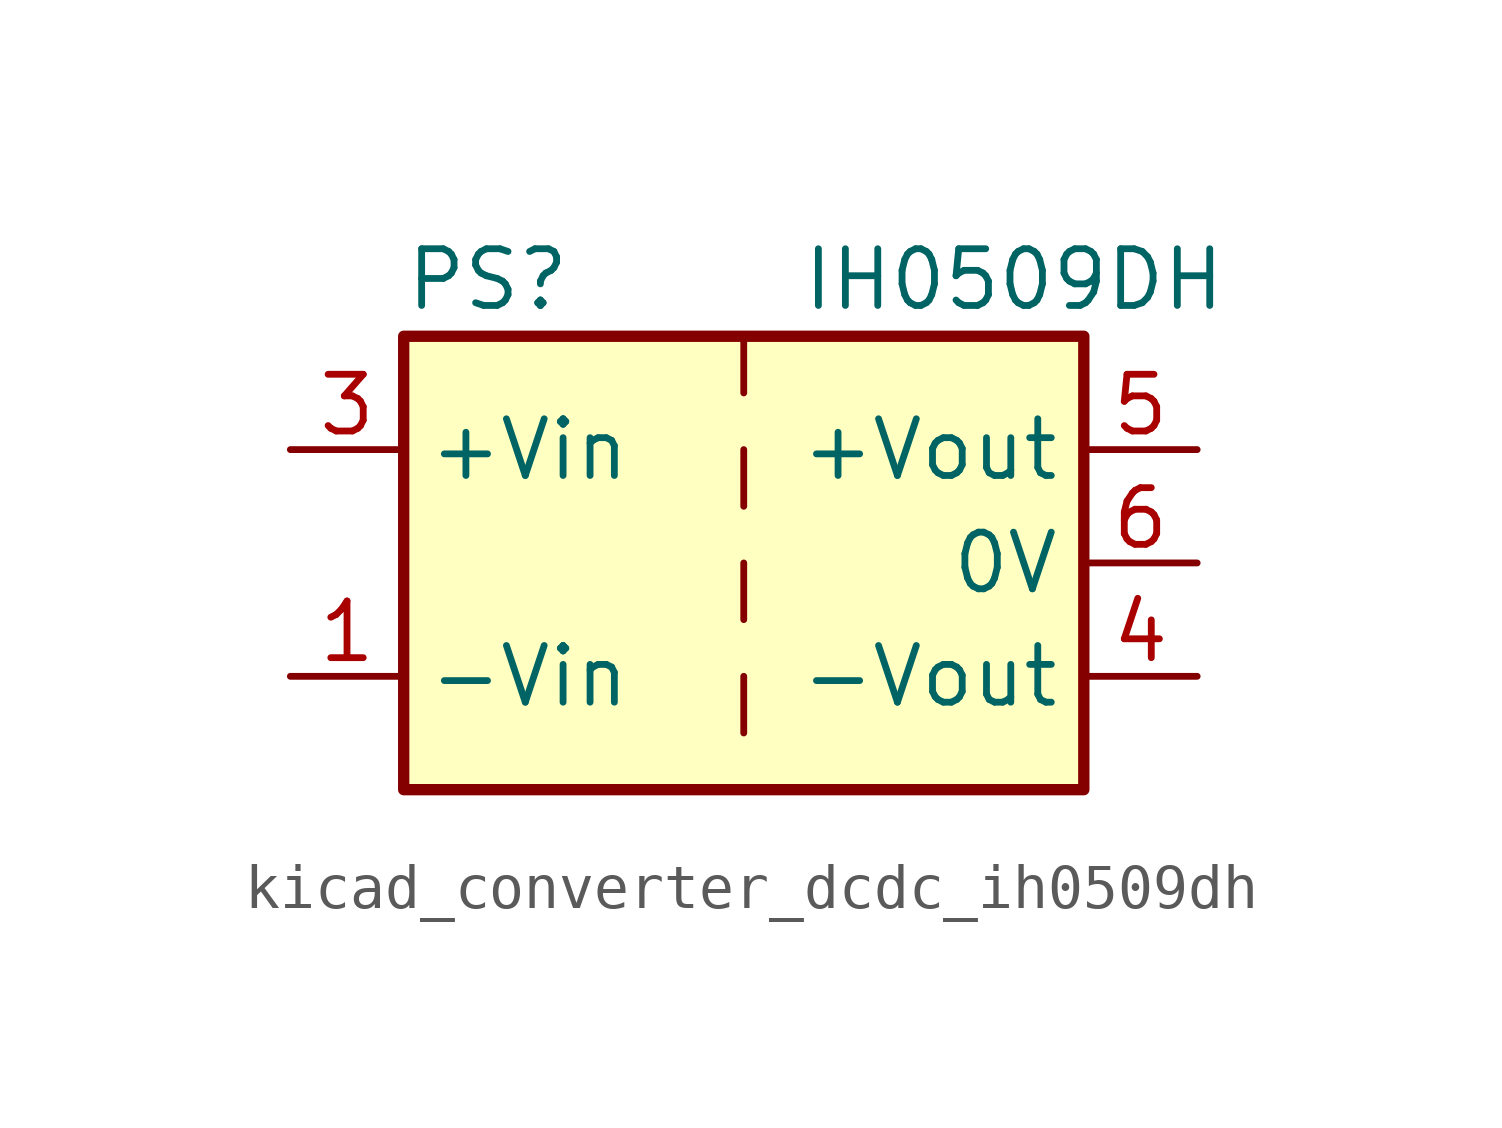
<source format=kicad_sym>
(kicad_symbol_lib
  (version 20220914)
  (generator kicad_symbol_editor)
  (symbol "kicad_converter_dcdc_ih0509dh"
    (property "Reference" "PS"
      (at -7.62 6.35 0)
      (effects (font (size 1.27 1.27)) (justify left)))
    (property "Value" "IH0509DH"
      (at 1.27 6.35 0)
      (effects (font (size 1.27 1.27)) (justify left)))
    (symbol "kicad_converter_dcdc_ih0509dh_0_0"
      (pin power_in line (at -10.16 -2.54 0) (length 2.54) (name "-Vin" (effects (font (size 1.27 1.27)))) (number "1" (effects (font (size 1.27 1.27)))))
      (pin power_in line (at -10.16 2.54 0) (length 2.54) (name "+Vin" (effects (font (size 1.27 1.27)))) (number "3" (effects (font (size 1.27 1.27)))))
      (pin power_out line (at 10.16 -2.54 180) (length 2.54) (name "-Vout" (effects (font (size 1.27 1.27)))) (number "4" (effects (font (size 1.27 1.27)))))
      (pin power_out line (at 10.16 2.54 180) (length 2.54) (name "+Vout" (effects (font (size 1.27 1.27)))) (number "5" (effects (font (size 1.27 1.27)))))
      (pin power_out line (at 10.16 0 180) (length 2.54) (name "0V" (effects (font (size 1.27 1.27)))) (number "6" (effects (font (size 1.27 1.27))))))
    (symbol "kicad_converter_dcdc_ih0509dh_0_1"
      (rectangle (start -7.62 5.08) (end 7.62 -5.08) (stroke (width 0.254) (type default)) (fill (type background)))
      (polyline (pts (xy 0 -2.54) (xy 0 -3.81)) (stroke (width 0) (type default)) (fill (type none)))
      (polyline (pts (xy 0 0) (xy 0 -1.27)) (stroke (width 0) (type default)) (fill (type none)))
      (polyline (pts (xy 0 2.54) (xy 0 1.27)) (stroke (width 0) (type default)) (fill (type none)))
      (polyline (pts (xy 0 5.08) (xy 0 3.81)) (stroke (width 0) (type default)) (fill (type none))))
    (symbol "kicad_converter_dcdc_ih0509dh_1_1"
      (pin no_connect line (at 0 -5.08 90) (length 2.54) hide (name "NC" (effects (font (size 1.27 1.27)))) (number "2" (effects (font (size 1.27 1.27))))))))
</source>
